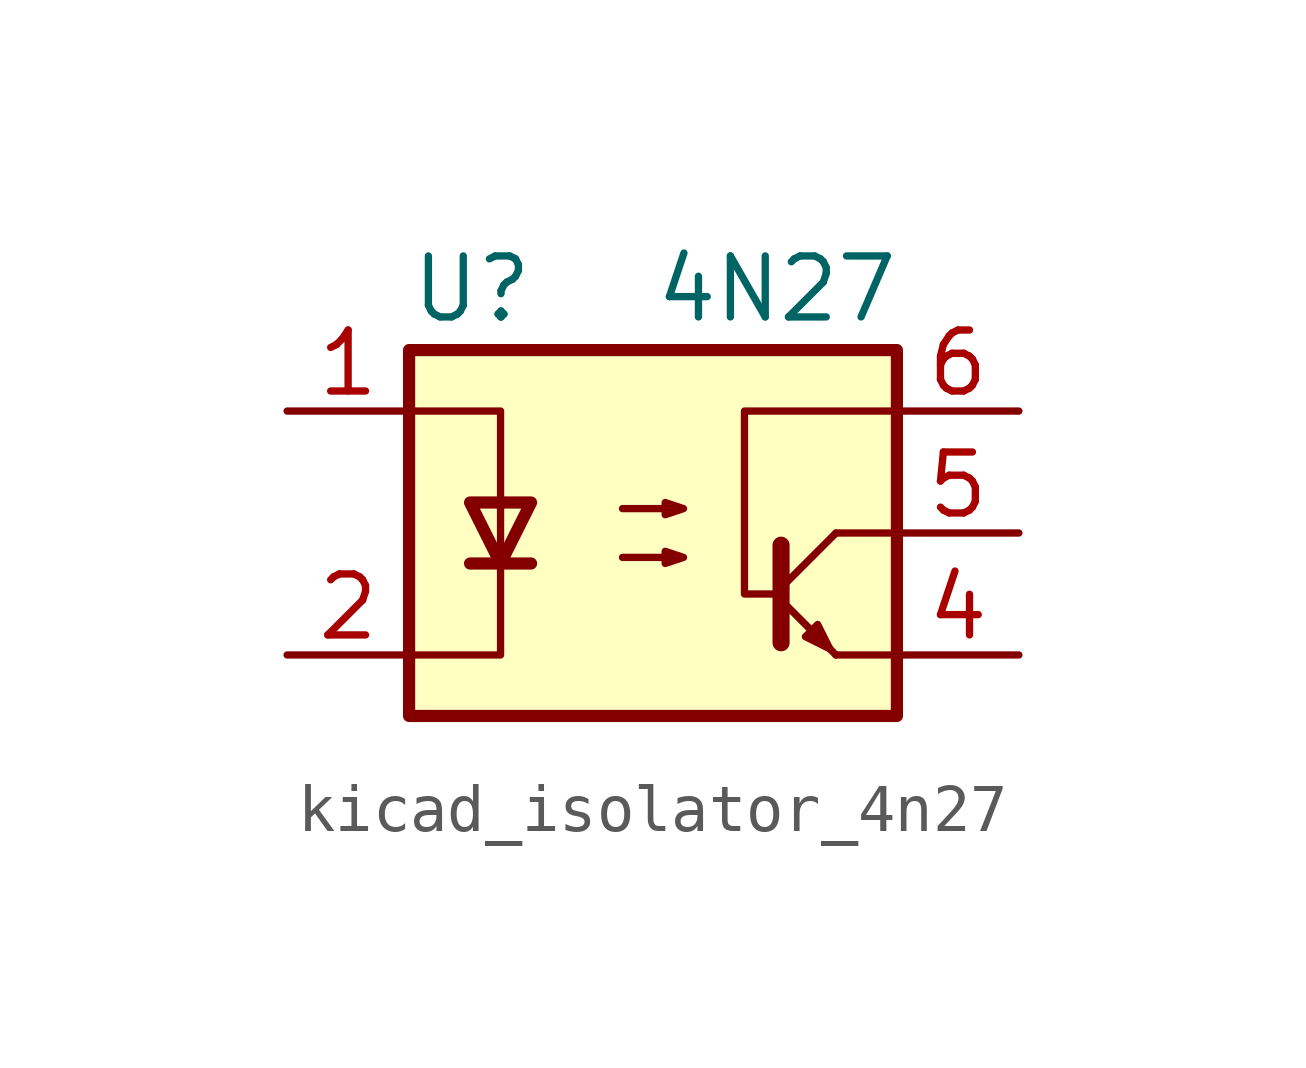
<source format=kicad_sym>
(kicad_symbol_lib
  (version 20220914)
  (generator kicad_symbol_editor)
  (symbol "kicad_isolator_4n27"
    (pin_names
      (offset 1.016))
    (property "Reference" "U"
      (at -5.08 5.08 0)
      (effects (font (size 1.27 1.27)) (justify left)))
    (property "Value" "4N27"
      (at 0 5.08 0)
      (effects (font (size 1.27 1.27)) (justify left)))
    (symbol "kicad_isolator_4n27_0_1"
      (rectangle (start -5.08 3.81) (end 5.08 -3.81) (stroke (width 0.254) (type default)) (fill (type background)))
      (polyline (pts (xy -3.81 -0.635) (xy -2.54 -0.635)) (stroke (width 0.254) (type default)) (fill (type none)))
      (polyline (pts (xy 2.667 -1.397) (xy 3.81 -2.54)) (stroke (width 0) (type default)) (fill (type none)))
      (polyline (pts (xy 2.667 -1.143) (xy 3.81 0)) (stroke (width 0) (type default)) (fill (type none)))
      (polyline (pts (xy 3.81 -2.54) (xy 5.08 -2.54)) (stroke (width 0) (type default)) (fill (type none)))
      (polyline (pts (xy 3.81 0) (xy 5.08 0)) (stroke (width 0) (type default)) (fill (type none)))
      (polyline (pts (xy 2.667 -0.254) (xy 2.667 -2.286) (xy 2.667 -2.286)) (stroke (width 0.356) (type default)) (fill (type none)))
      (polyline (pts (xy -5.08 -2.54) (xy -3.175 -2.54) (xy -3.175 2.54) (xy -5.08 2.54)) (stroke (width 0) (type default)) (fill (type none)))
      (polyline (pts (xy -3.175 -0.635) (xy -3.81 0.635) (xy -2.54 0.635) (xy -3.175 -0.635)) (stroke (width 0.254) (type default)) (fill (type none)))
      (polyline (pts (xy 3.683 -2.413) (xy 3.429 -1.905) (xy 3.175 -2.159) (xy 3.683 -2.413)) (stroke (width 0) (type default)) (fill (type none)))
      (polyline (pts (xy 5.08 2.54) (xy 1.905 2.54) (xy 1.905 -1.27) (xy 2.54 -1.27)) (stroke (width 0) (type default)) (fill (type none)))
      (polyline (pts (xy -0.635 -0.508) (xy 0.635 -0.508) (xy 0.254 -0.635) (xy 0.254 -0.381) (xy 0.635 -0.508)) (stroke (width 0) (type default)) (fill (type none)))
      (polyline (pts (xy -0.635 0.508) (xy 0.635 0.508) (xy 0.254 0.381) (xy 0.254 0.635) (xy 0.635 0.508)) (stroke (width 0) (type default)) (fill (type none))))
    (symbol "kicad_isolator_4n27_1_1"
      (pin passive line (at -7.62 2.54 0) (length 2.54) (name "~" (effects (font (size 1.27 1.27)))) (number "1" (effects (font (size 1.27 1.27)))))
      (pin passive line (at -7.62 -2.54 0) (length 2.54) (name "~" (effects (font (size 1.27 1.27)))) (number "2" (effects (font (size 1.27 1.27)))))
      (pin no_connect line (at -5.08 0 0) (length 2.54) hide (name "NC" (effects (font (size 1.27 1.27)))) (number "3" (effects (font (size 1.27 1.27)))))
      (pin passive line (at 7.62 -2.54 180) (length 2.54) (name "~" (effects (font (size 1.27 1.27)))) (number "4" (effects (font (size 1.27 1.27)))))
      (pin passive line (at 7.62 0 180) (length 2.54) (name "~" (effects (font (size 1.27 1.27)))) (number "5" (effects (font (size 1.27 1.27)))))
      (pin passive line (at 7.62 2.54 180) (length 2.54) (name "~" (effects (font (size 1.27 1.27)))) (number "6" (effects (font (size 1.27 1.27))))))))
</source>
